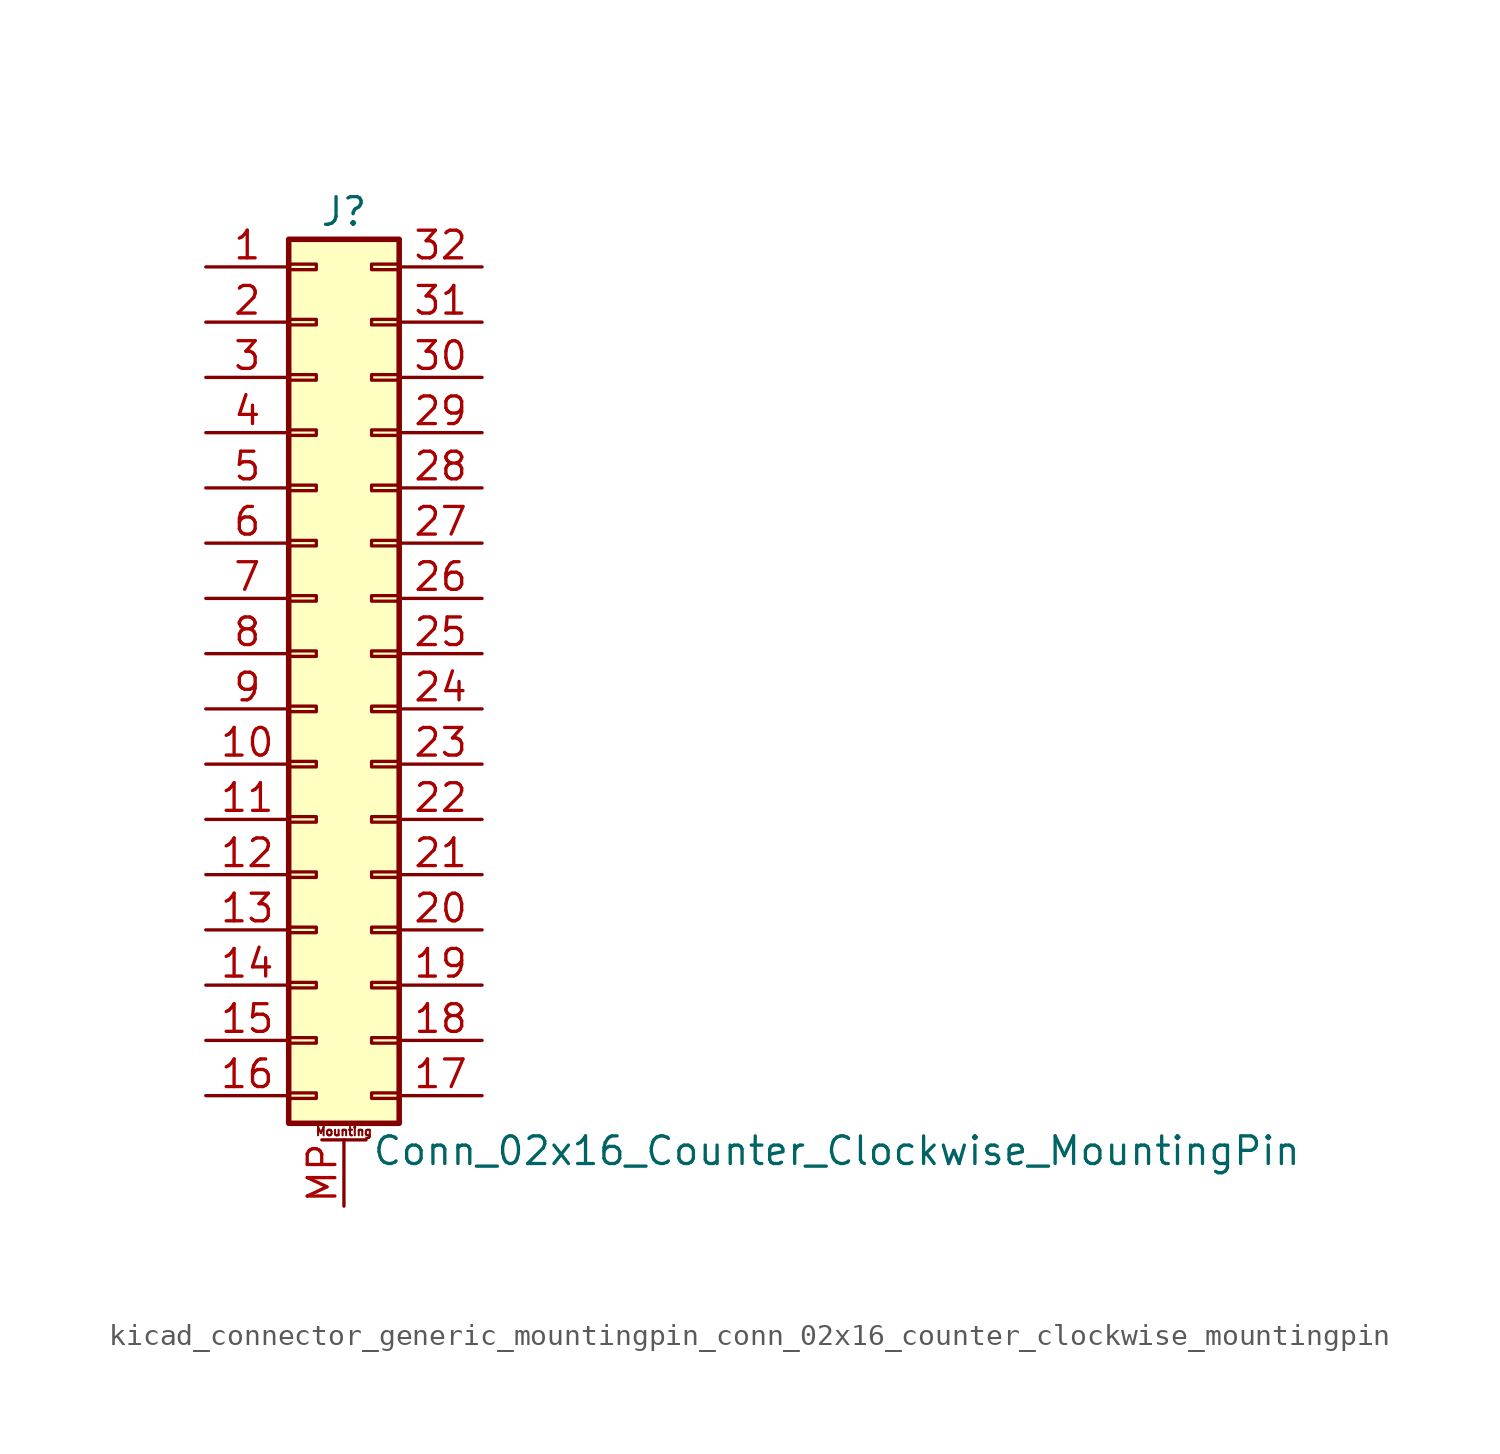
<source format=kicad_sym>
(kicad_symbol_lib
  (version 20220914)
  (generator kicad_symbol_editor)
  (symbol "kicad_connector_generic_mountingpin_conn_02x16_counter_clockwise_mountingpin"
    (pin_names
      (offset 1.016) hide)
    (property "Reference" "J"
      (at 1.27 20.32 0)
      (effects (font (size 1.27 1.27))))
    (property "Value" "Conn_02x16_Counter_Clockwise_MountingPin"
      (at 2.54 -22.86 0)
      (effects (font (size 1.27 1.27)) (justify left)))
    (symbol "kicad_connector_generic_mountingpin_conn_02x16_counter_clockwise_mountingpin_1_1"
      (rectangle (start -1.27 -20.193) (end 0 -20.447) (stroke (width 0.152) (type default)) (fill (type none)))
      (rectangle (start -1.27 -17.653) (end 0 -17.907) (stroke (width 0.152) (type default)) (fill (type none)))
      (rectangle (start -1.27 -15.113) (end 0 -15.367) (stroke (width 0.152) (type default)) (fill (type none)))
      (rectangle (start -1.27 -12.573) (end 0 -12.827) (stroke (width 0.152) (type default)) (fill (type none)))
      (rectangle (start -1.27 -10.033) (end 0 -10.287) (stroke (width 0.152) (type default)) (fill (type none)))
      (rectangle (start -1.27 -7.493) (end 0 -7.747) (stroke (width 0.152) (type default)) (fill (type none)))
      (rectangle (start -1.27 -4.953) (end 0 -5.207) (stroke (width 0.152) (type default)) (fill (type none)))
      (rectangle (start -1.27 -2.413) (end 0 -2.667) (stroke (width 0.152) (type default)) (fill (type none)))
      (rectangle (start -1.27 0.127) (end 0 -0.127) (stroke (width 0.152) (type default)) (fill (type none)))
      (rectangle (start -1.27 2.667) (end 0 2.413) (stroke (width 0.152) (type default)) (fill (type none)))
      (rectangle (start -1.27 5.207) (end 0 4.953) (stroke (width 0.152) (type default)) (fill (type none)))
      (rectangle (start -1.27 7.747) (end 0 7.493) (stroke (width 0.152) (type default)) (fill (type none)))
      (rectangle (start -1.27 10.287) (end 0 10.033) (stroke (width 0.152) (type default)) (fill (type none)))
      (rectangle (start -1.27 12.827) (end 0 12.573) (stroke (width 0.152) (type default)) (fill (type none)))
      (rectangle (start -1.27 15.367) (end 0 15.113) (stroke (width 0.152) (type default)) (fill (type none)))
      (rectangle (start -1.27 17.907) (end 0 17.653) (stroke (width 0.152) (type default)) (fill (type none)))
      (rectangle (start -1.27 19.05) (end 3.81 -21.59) (stroke (width 0.254) (type default)) (fill (type background)))
      (polyline (pts (xy 0.254 -22.352) (xy 2.286 -22.352)) (stroke (width 0.152) (type default)) (fill (type none)))
      (rectangle (start 3.81 -20.193) (end 2.54 -20.447) (stroke (width 0.152) (type default)) (fill (type none)))
      (rectangle (start 3.81 -17.653) (end 2.54 -17.907) (stroke (width 0.152) (type default)) (fill (type none)))
      (rectangle (start 3.81 -15.113) (end 2.54 -15.367) (stroke (width 0.152) (type default)) (fill (type none)))
      (rectangle (start 3.81 -12.573) (end 2.54 -12.827) (stroke (width 0.152) (type default)) (fill (type none)))
      (rectangle (start 3.81 -10.033) (end 2.54 -10.287) (stroke (width 0.152) (type default)) (fill (type none)))
      (rectangle (start 3.81 -7.493) (end 2.54 -7.747) (stroke (width 0.152) (type default)) (fill (type none)))
      (rectangle (start 3.81 -4.953) (end 2.54 -5.207) (stroke (width 0.152) (type default)) (fill (type none)))
      (rectangle (start 3.81 -2.413) (end 2.54 -2.667) (stroke (width 0.152) (type default)) (fill (type none)))
      (rectangle (start 3.81 0.127) (end 2.54 -0.127) (stroke (width 0.152) (type default)) (fill (type none)))
      (rectangle (start 3.81 2.667) (end 2.54 2.413) (stroke (width 0.152) (type default)) (fill (type none)))
      (rectangle (start 3.81 5.207) (end 2.54 4.953) (stroke (width 0.152) (type default)) (fill (type none)))
      (rectangle (start 3.81 7.747) (end 2.54 7.493) (stroke (width 0.152) (type default)) (fill (type none)))
      (rectangle (start 3.81 10.287) (end 2.54 10.033) (stroke (width 0.152) (type default)) (fill (type none)))
      (rectangle (start 3.81 12.827) (end 2.54 12.573) (stroke (width 0.152) (type default)) (fill (type none)))
      (rectangle (start 3.81 15.367) (end 2.54 15.113) (stroke (width 0.152) (type default)) (fill (type none)))
      (rectangle (start 3.81 17.907) (end 2.54 17.653) (stroke (width 0.152) (type default)) (fill (type none)))
      (text "Mounting" (at 1.27 -21.971 0) (effects (font (size 0.381 0.381))))
      (pin passive line (at -5.08 17.78 0) (length 3.81) (name "Pin_1" (effects (font (size 1.27 1.27)))) (number "1" (effects (font (size 1.27 1.27)))))
      (pin passive line (at -5.08 -5.08 0) (length 3.81) (name "Pin_10" (effects (font (size 1.27 1.27)))) (number "10" (effects (font (size 1.27 1.27)))))
      (pin passive line (at -5.08 -7.62 0) (length 3.81) (name "Pin_11" (effects (font (size 1.27 1.27)))) (number "11" (effects (font (size 1.27 1.27)))))
      (pin passive line (at -5.08 -10.16 0) (length 3.81) (name "Pin_12" (effects (font (size 1.27 1.27)))) (number "12" (effects (font (size 1.27 1.27)))))
      (pin passive line (at -5.08 -12.7 0) (length 3.81) (name "Pin_13" (effects (font (size 1.27 1.27)))) (number "13" (effects (font (size 1.27 1.27)))))
      (pin passive line (at -5.08 -15.24 0) (length 3.81) (name "Pin_14" (effects (font (size 1.27 1.27)))) (number "14" (effects (font (size 1.27 1.27)))))
      (pin passive line (at -5.08 -17.78 0) (length 3.81) (name "Pin_15" (effects (font (size 1.27 1.27)))) (number "15" (effects (font (size 1.27 1.27)))))
      (pin passive line (at -5.08 -20.32 0) (length 3.81) (name "Pin_16" (effects (font (size 1.27 1.27)))) (number "16" (effects (font (size 1.27 1.27)))))
      (pin passive line (at 7.62 -20.32 180) (length 3.81) (name "Pin_17" (effects (font (size 1.27 1.27)))) (number "17" (effects (font (size 1.27 1.27)))))
      (pin passive line (at 7.62 -17.78 180) (length 3.81) (name "Pin_18" (effects (font (size 1.27 1.27)))) (number "18" (effects (font (size 1.27 1.27)))))
      (pin passive line (at 7.62 -15.24 180) (length 3.81) (name "Pin_19" (effects (font (size 1.27 1.27)))) (number "19" (effects (font (size 1.27 1.27)))))
      (pin passive line (at -5.08 15.24 0) (length 3.81) (name "Pin_2" (effects (font (size 1.27 1.27)))) (number "2" (effects (font (size 1.27 1.27)))))
      (pin passive line (at 7.62 -12.7 180) (length 3.81) (name "Pin_20" (effects (font (size 1.27 1.27)))) (number "20" (effects (font (size 1.27 1.27)))))
      (pin passive line (at 7.62 -10.16 180) (length 3.81) (name "Pin_21" (effects (font (size 1.27 1.27)))) (number "21" (effects (font (size 1.27 1.27)))))
      (pin passive line (at 7.62 -7.62 180) (length 3.81) (name "Pin_22" (effects (font (size 1.27 1.27)))) (number "22" (effects (font (size 1.27 1.27)))))
      (pin passive line (at 7.62 -5.08 180) (length 3.81) (name "Pin_23" (effects (font (size 1.27 1.27)))) (number "23" (effects (font (size 1.27 1.27)))))
      (pin passive line (at 7.62 -2.54 180) (length 3.81) (name "Pin_24" (effects (font (size 1.27 1.27)))) (number "24" (effects (font (size 1.27 1.27)))))
      (pin passive line (at 7.62 0 180) (length 3.81) (name "Pin_25" (effects (font (size 1.27 1.27)))) (number "25" (effects (font (size 1.27 1.27)))))
      (pin passive line (at 7.62 2.54 180) (length 3.81) (name "Pin_26" (effects (font (size 1.27 1.27)))) (number "26" (effects (font (size 1.27 1.27)))))
      (pin passive line (at 7.62 5.08 180) (length 3.81) (name "Pin_27" (effects (font (size 1.27 1.27)))) (number "27" (effects (font (size 1.27 1.27)))))
      (pin passive line (at 7.62 7.62 180) (length 3.81) (name "Pin_28" (effects (font (size 1.27 1.27)))) (number "28" (effects (font (size 1.27 1.27)))))
      (pin passive line (at 7.62 10.16 180) (length 3.81) (name "Pin_29" (effects (font (size 1.27 1.27)))) (number "29" (effects (font (size 1.27 1.27)))))
      (pin passive line (at -5.08 12.7 0) (length 3.81) (name "Pin_3" (effects (font (size 1.27 1.27)))) (number "3" (effects (font (size 1.27 1.27)))))
      (pin passive line (at 7.62 12.7 180) (length 3.81) (name "Pin_30" (effects (font (size 1.27 1.27)))) (number "30" (effects (font (size 1.27 1.27)))))
      (pin passive line (at 7.62 15.24 180) (length 3.81) (name "Pin_31" (effects (font (size 1.27 1.27)))) (number "31" (effects (font (size 1.27 1.27)))))
      (pin passive line (at 7.62 17.78 180) (length 3.81) (name "Pin_32" (effects (font (size 1.27 1.27)))) (number "32" (effects (font (size 1.27 1.27)))))
      (pin passive line (at -5.08 10.16 0) (length 3.81) (name "Pin_4" (effects (font (size 1.27 1.27)))) (number "4" (effects (font (size 1.27 1.27)))))
      (pin passive line (at -5.08 7.62 0) (length 3.81) (name "Pin_5" (effects (font (size 1.27 1.27)))) (number "5" (effects (font (size 1.27 1.27)))))
      (pin passive line (at -5.08 5.08 0) (length 3.81) (name "Pin_6" (effects (font (size 1.27 1.27)))) (number "6" (effects (font (size 1.27 1.27)))))
      (pin passive line (at -5.08 2.54 0) (length 3.81) (name "Pin_7" (effects (font (size 1.27 1.27)))) (number "7" (effects (font (size 1.27 1.27)))))
      (pin passive line (at -5.08 0 0) (length 3.81) (name "Pin_8" (effects (font (size 1.27 1.27)))) (number "8" (effects (font (size 1.27 1.27)))))
      (pin passive line (at -5.08 -2.54 0) (length 3.81) (name "Pin_9" (effects (font (size 1.27 1.27)))) (number "9" (effects (font (size 1.27 1.27)))))
      (pin passive line (at 1.27 -25.4 90) (length 3.048) (name "MountPin" (effects (font (size 1.27 1.27)))) (number "MP" (effects (font (size 1.27 1.27))))))))
</source>
